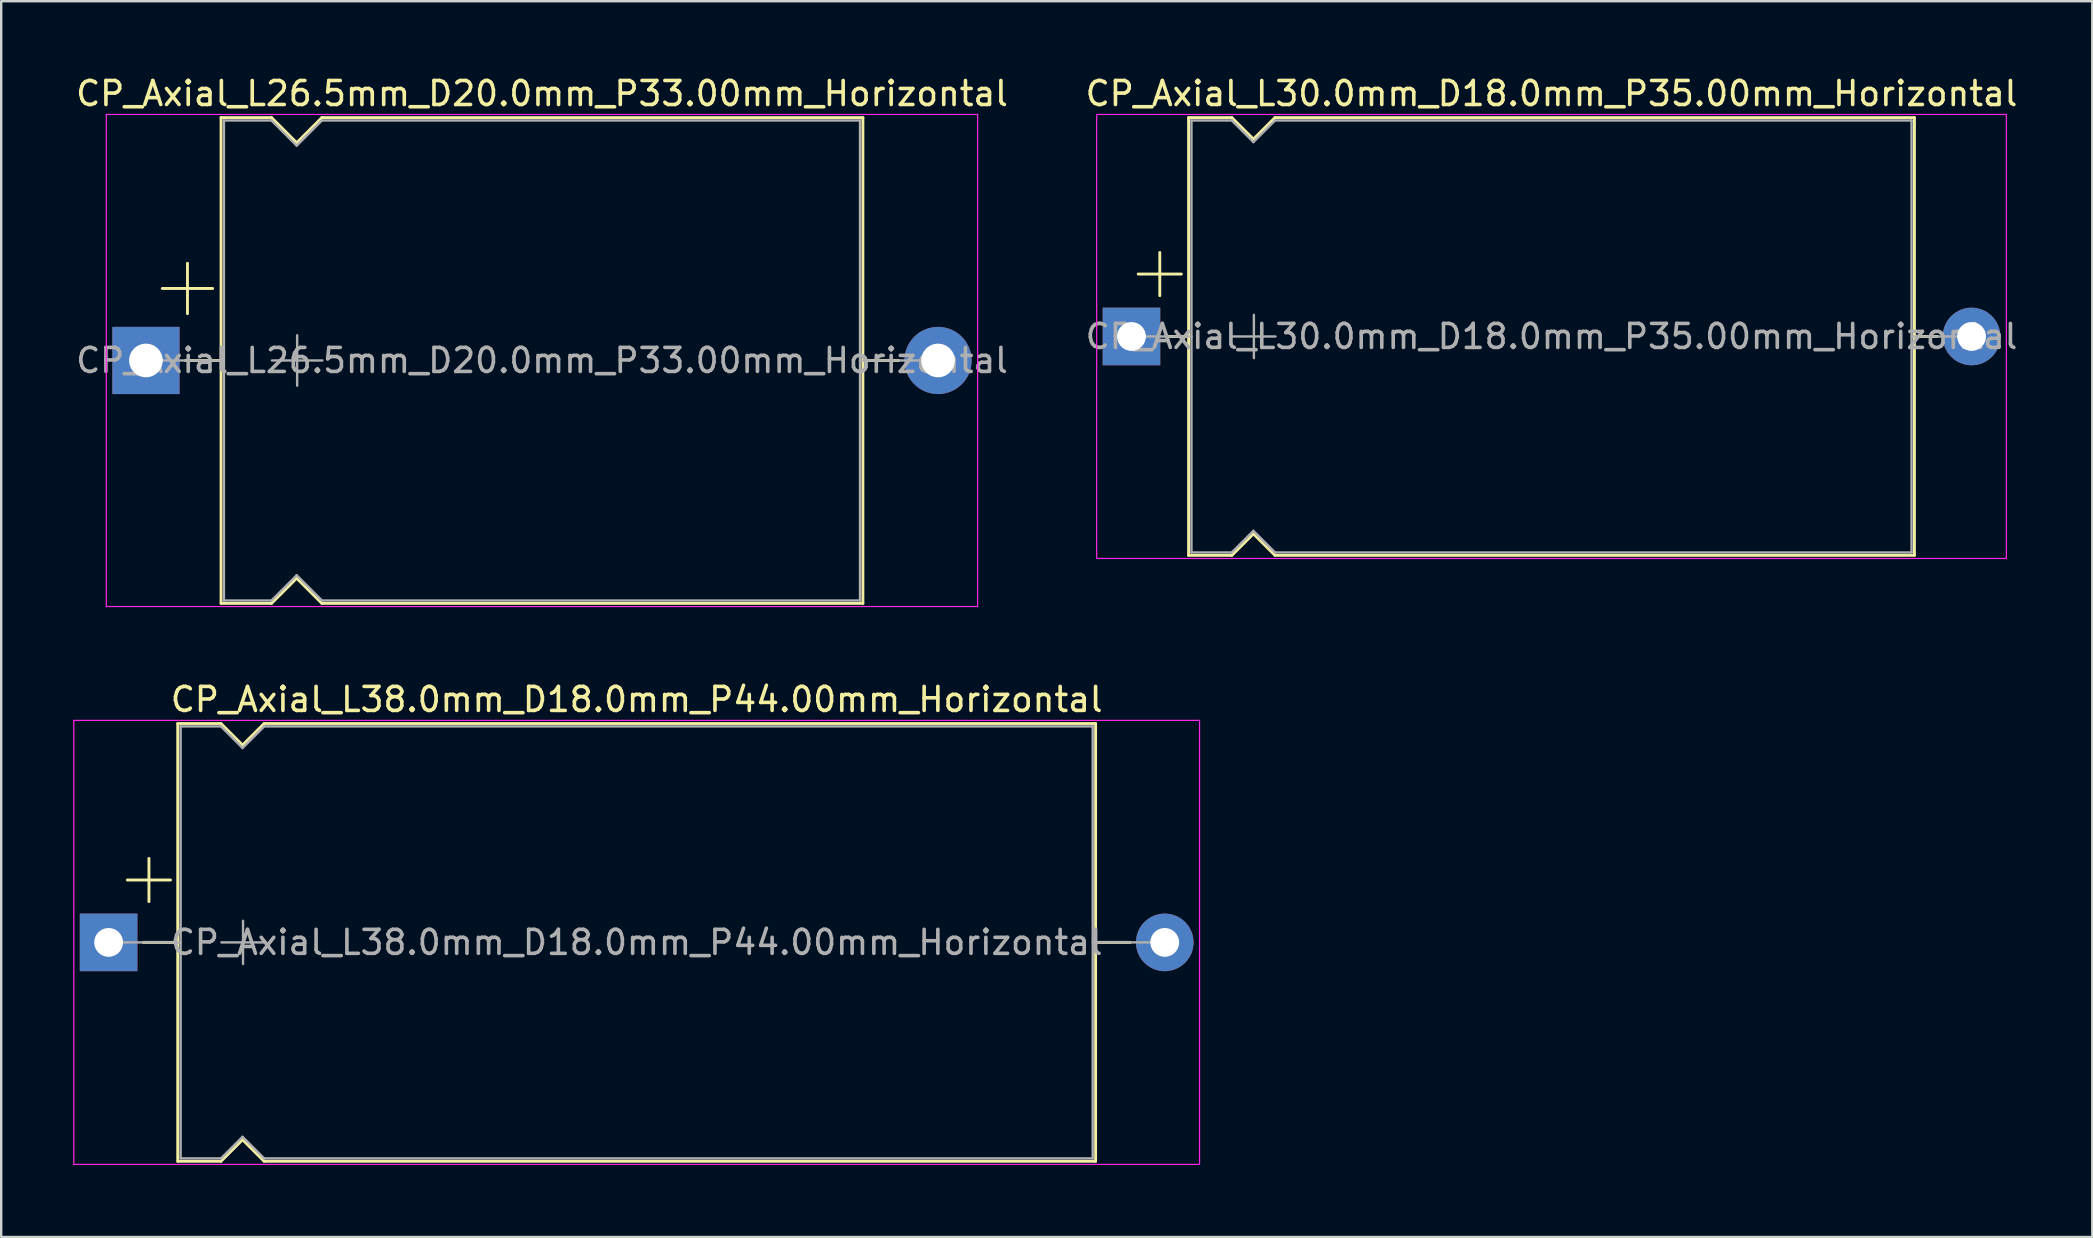
<source format=kicad_pcb>
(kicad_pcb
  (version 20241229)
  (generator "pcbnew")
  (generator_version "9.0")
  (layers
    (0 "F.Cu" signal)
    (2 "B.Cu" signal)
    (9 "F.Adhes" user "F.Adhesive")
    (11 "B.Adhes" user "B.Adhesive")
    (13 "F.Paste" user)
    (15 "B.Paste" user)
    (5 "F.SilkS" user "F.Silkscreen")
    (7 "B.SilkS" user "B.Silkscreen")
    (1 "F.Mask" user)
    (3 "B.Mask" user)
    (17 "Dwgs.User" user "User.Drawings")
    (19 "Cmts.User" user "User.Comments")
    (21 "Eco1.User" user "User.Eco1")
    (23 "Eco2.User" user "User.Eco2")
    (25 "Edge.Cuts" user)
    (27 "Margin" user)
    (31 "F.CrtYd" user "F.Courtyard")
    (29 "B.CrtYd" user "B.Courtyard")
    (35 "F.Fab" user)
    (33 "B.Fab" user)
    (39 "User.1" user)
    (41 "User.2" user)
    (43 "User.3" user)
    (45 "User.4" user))
  (footprint "CP_Axial_L30.0mm_D18.0mm_P35.00mm_Horizontal"
    (layer "F.Cu")
    (at 44.089 10.968)
    (property "Reference" "CP_Axial_L30.0mm_D18.0mm_P35.00mm_Horizontal" (at 17.5 -10.12 0) (layer "F.SilkS") (effects (font (size 1 1) (thickness 0.15))))
    (attr through_hole)
    (fp_line (start 0.28 -2.6) (end 2.08 -2.6) (stroke (width 0.12) (type solid)) (layer "F.SilkS"))
    (fp_line (start 1.18 -3.5) (end 1.18 -1.7) (stroke (width 0.12) (type solid)) (layer "F.SilkS"))
    (fp_line (start 1.44 0) (end 2.38 0) (stroke (width 0.12) (type solid)) (layer "F.SilkS"))
    (fp_line (start 2.38 -9.12) (end 2.38 9.12) (stroke (width 0.12) (type solid)) (layer "F.SilkS"))
    (fp_line (start 2.38 -9.12) (end 4.18 -9.12) (stroke (width 0.12) (type solid)) (layer "F.SilkS"))
    (fp_line (start 2.38 9.12) (end 4.18 9.12) (stroke (width 0.12) (type solid)) (layer "F.SilkS"))
    (fp_line (start 4.18 -9.12) (end 5.08 -8.22) (stroke (width 0.12) (type solid)) (layer "F.SilkS"))
    (fp_line (start 4.18 9.12) (end 5.08 8.22) (stroke (width 0.12) (type solid)) (layer "F.SilkS"))
    (fp_line (start 5.08 -8.22) (end 5.98 -9.12) (stroke (width 0.12) (type solid)) (layer "F.SilkS"))
    (fp_line (start 5.08 8.22) (end 5.98 9.12) (stroke (width 0.12) (type solid)) (layer "F.SilkS"))
    (fp_line (start 5.98 -9.12) (end 32.62 -9.12) (stroke (width 0.12) (type solid)) (layer "F.SilkS"))
    (fp_line (start 5.98 9.12) (end 32.62 9.12) (stroke (width 0.12) (type solid)) (layer "F.SilkS"))
    (fp_line (start 32.62 -9.12) (end 32.62 9.12) (stroke (width 0.12) (type solid)) (layer "F.SilkS"))
    (fp_line (start 33.56 0) (end 32.62 0) (stroke (width 0.12) (type solid)) (layer "F.SilkS"))
    (fp_line (start -1.45 -9.25) (end -1.45 9.25) (stroke (width 0.05) (type solid)) (layer "F.CrtYd"))
    (fp_line (start -1.45 9.25) (end 36.45 9.25) (stroke (width 0.05) (type solid)) (layer "F.CrtYd"))
    (fp_line (start 36.45 -9.25) (end -1.45 -9.25) (stroke (width 0.05) (type solid)) (layer "F.CrtYd"))
    (fp_line (start 36.45 9.25) (end 36.45 -9.25) (stroke (width 0.05) (type solid)) (layer "F.CrtYd"))
    (fp_line (start 0 0) (end 2.5 0) (stroke (width 0.1) (type solid)) (layer "F.Fab"))
    (fp_line (start 2.5 -9) (end 2.5 9) (stroke (width 0.1) (type solid)) (layer "F.Fab"))
    (fp_line (start 2.5 -9) (end 4.18 -9) (stroke (width 0.1) (type solid)) (layer "F.Fab"))
    (fp_line (start 2.5 9) (end 4.18 9) (stroke (width 0.1) (type solid)) (layer "F.Fab"))
    (fp_line (start 4.18 -9) (end 5.08 -8.1) (stroke (width 0.1) (type solid)) (layer "F.Fab"))
    (fp_line (start 4.18 9) (end 5.08 8.1) (stroke (width 0.1) (type solid)) (layer "F.Fab"))
    (fp_line (start 4.2 0) (end 6 0) (stroke (width 0.1) (type solid)) (layer "F.Fab"))
    (fp_line (start 5.08 -8.1) (end 5.98 -9) (stroke (width 0.1) (type solid)) (layer "F.Fab"))
    (fp_line (start 5.08 8.1) (end 5.98 9) (stroke (width 0.1) (type solid)) (layer "F.Fab"))
    (fp_line (start 5.1 -0.9) (end 5.1 0.9) (stroke (width 0.1) (type solid)) (layer "F.Fab"))
    (fp_line (start 5.98 -9) (end 32.5 -9) (stroke (width 0.1) (type solid)) (layer "F.Fab"))
    (fp_line (start 5.98 9) (end 32.5 9) (stroke (width 0.1) (type solid)) (layer "F.Fab"))
    (fp_line (start 32.5 -9) (end 32.5 9) (stroke (width 0.1) (type solid)) (layer "F.Fab"))
    (fp_line (start 35 0) (end 32.5 0) (stroke (width 0.1) (type solid)) (layer "F.Fab"))
    (fp_text user "${REFERENCE}" (at 17.5 0 0) (layer "F.Fab") (effects (font (size 1 1) (thickness 0.15))))
    (pad "1" thru_hole rect (at 0 0) (size 2.4 2.4) (drill 1.2) (layers "*.Cu" "*.Mask"))
    (pad "2" thru_hole oval (at 35 0) (size 2.4 2.4) (drill 1.2) (layers "*.Cu" "*.Mask")))
  (footprint "CP_Axial_L26.5mm_D20.0mm_P33.00mm_Horizontal"
    (layer "F.Cu")
    (at 3.03 11.968)
    (property "Reference" "CP_Axial_L26.5mm_D20.0mm_P33.00mm_Horizontal" (at 16.5 -11.12 0) (layer "F.SilkS") (effects (font (size 1 1) (thickness 0.15))))
    (attr through_hole)
    (fp_line (start 0.68 -3) (end 2.78 -3) (stroke (width 0.12) (type solid)) (layer "F.SilkS"))
    (fp_line (start 1.64 0) (end 3.13 0) (stroke (width 0.12) (type solid)) (layer "F.SilkS"))
    (fp_line (start 1.73 -4.05) (end 1.73 -1.95) (stroke (width 0.12) (type solid)) (layer "F.SilkS"))
    (fp_line (start 3.13 -10.12) (end 3.13 10.12) (stroke (width 0.12) (type solid)) (layer "F.SilkS"))
    (fp_line (start 3.13 -10.12) (end 5.23 -10.12) (stroke (width 0.12) (type solid)) (layer "F.SilkS"))
    (fp_line (start 3.13 10.12) (end 5.23 10.12) (stroke (width 0.12) (type solid)) (layer "F.SilkS"))
    (fp_line (start 5.23 -10.12) (end 6.28 -9.07) (stroke (width 0.12) (type solid)) (layer "F.SilkS"))
    (fp_line (start 5.23 10.12) (end 6.28 9.07) (stroke (width 0.12) (type solid)) (layer "F.SilkS"))
    (fp_line (start 6.28 -9.07) (end 7.33 -10.12) (stroke (width 0.12) (type solid)) (layer "F.SilkS"))
    (fp_line (start 6.28 9.07) (end 7.33 10.12) (stroke (width 0.12) (type solid)) (layer "F.SilkS"))
    (fp_line (start 7.33 -10.12) (end 29.87 -10.12) (stroke (width 0.12) (type solid)) (layer "F.SilkS"))
    (fp_line (start 7.33 10.12) (end 29.87 10.12) (stroke (width 0.12) (type solid)) (layer "F.SilkS"))
    (fp_line (start 29.87 -10.12) (end 29.87 10.12) (stroke (width 0.12) (type solid)) (layer "F.SilkS"))
    (fp_line (start 31.36 0) (end 29.87 0) (stroke (width 0.12) (type solid)) (layer "F.SilkS"))
    (fp_line (start -1.65 -10.25) (end -1.65 10.25) (stroke (width 0.05) (type solid)) (layer "F.CrtYd"))
    (fp_line (start -1.65 10.25) (end 34.65 10.25) (stroke (width 0.05) (type solid)) (layer "F.CrtYd"))
    (fp_line (start 34.65 -10.25) (end -1.65 -10.25) (stroke (width 0.05) (type solid)) (layer "F.CrtYd"))
    (fp_line (start 34.65 10.25) (end 34.65 -10.25) (stroke (width 0.05) (type solid)) (layer "F.CrtYd"))
    (fp_line (start 0 0) (end 3.25 0) (stroke (width 0.1) (type solid)) (layer "F.Fab"))
    (fp_line (start 3.25 -10) (end 3.25 10) (stroke (width 0.1) (type solid)) (layer "F.Fab"))
    (fp_line (start 3.25 -10) (end 5.23 -10) (stroke (width 0.1) (type solid)) (layer "F.Fab"))
    (fp_line (start 3.25 10) (end 5.23 10) (stroke (width 0.1) (type solid)) (layer "F.Fab"))
    (fp_line (start 5.23 -10) (end 6.28 -8.95) (stroke (width 0.1) (type solid)) (layer "F.Fab"))
    (fp_line (start 5.23 10) (end 6.28 8.95) (stroke (width 0.1) (type solid)) (layer "F.Fab"))
    (fp_line (start 5.25 0) (end 7.35 0) (stroke (width 0.1) (type solid)) (layer "F.Fab"))
    (fp_line (start 6.28 -8.95) (end 7.33 -10) (stroke (width 0.1) (type solid)) (layer "F.Fab"))
    (fp_line (start 6.28 8.95) (end 7.33 10) (stroke (width 0.1) (type solid)) (layer "F.Fab"))
    (fp_line (start 6.3 -1.05) (end 6.3 1.05) (stroke (width 0.1) (type solid)) (layer "F.Fab"))
    (fp_line (start 7.33 -10) (end 29.75 -10) (stroke (width 0.1) (type solid)) (layer "F.Fab"))
    (fp_line (start 7.33 10) (end 29.75 10) (stroke (width 0.1) (type solid)) (layer "F.Fab"))
    (fp_line (start 29.75 -10) (end 29.75 10) (stroke (width 0.1) (type solid)) (layer "F.Fab"))
    (fp_line (start 33 0) (end 29.75 0) (stroke (width 0.1) (type solid)) (layer "F.Fab"))
    (fp_text user "${REFERENCE}" (at 16.5 0 0) (layer "F.Fab") (effects (font (size 1 1) (thickness 0.15))))
    (pad "1" thru_hole rect (at 0 0) (size 2.8 2.8) (drill 1.4) (layers "*.Cu" "*.Mask"))
    (pad "2" thru_hole oval (at 33 0) (size 2.8 2.8) (drill 1.4) (layers "*.Cu" "*.Mask")))
  (footprint "CP_Axial_L38.0mm_D18.0mm_P44.00mm_Horizontal"
    (layer "F.Cu")
    (at 1.475 36.212)
    (property "Reference" "CP_Axial_L38.0mm_D18.0mm_P44.00mm_Horizontal" (at 22 -10.12 0) (layer "F.SilkS") (effects (font (size 1 1) (thickness 0.15))))
    (attr through_hole)
    (fp_line (start 0.78 -2.6) (end 2.58 -2.6) (stroke (width 0.12) (type solid)) (layer "F.SilkS"))
    (fp_line (start 1.44 0) (end 2.88 0) (stroke (width 0.12) (type solid)) (layer "F.SilkS"))
    (fp_line (start 1.68 -3.5) (end 1.68 -1.7) (stroke (width 0.12) (type solid)) (layer "F.SilkS"))
    (fp_line (start 2.88 -9.12) (end 2.88 9.12) (stroke (width 0.12) (type solid)) (layer "F.SilkS"))
    (fp_line (start 2.88 -9.12) (end 4.68 -9.12) (stroke (width 0.12) (type solid)) (layer "F.SilkS"))
    (fp_line (start 2.88 9.12) (end 4.68 9.12) (stroke (width 0.12) (type solid)) (layer "F.SilkS"))
    (fp_line (start 4.68 -9.12) (end 5.58 -8.22) (stroke (width 0.12) (type solid)) (layer "F.SilkS"))
    (fp_line (start 4.68 9.12) (end 5.58 8.22) (stroke (width 0.12) (type solid)) (layer "F.SilkS"))
    (fp_line (start 5.58 -8.22) (end 6.48 -9.12) (stroke (width 0.12) (type solid)) (layer "F.SilkS"))
    (fp_line (start 5.58 8.22) (end 6.48 9.12) (stroke (width 0.12) (type solid)) (layer "F.SilkS"))
    (fp_line (start 6.48 -9.12) (end 41.12 -9.12) (stroke (width 0.12) (type solid)) (layer "F.SilkS"))
    (fp_line (start 6.48 9.12) (end 41.12 9.12) (stroke (width 0.12) (type solid)) (layer "F.SilkS"))
    (fp_line (start 41.12 -9.12) (end 41.12 9.12) (stroke (width 0.12) (type solid)) (layer "F.SilkS"))
    (fp_line (start 42.56 0) (end 41.12 0) (stroke (width 0.12) (type solid)) (layer "F.SilkS"))
    (fp_line (start -1.45 -9.25) (end -1.45 9.25) (stroke (width 0.05) (type solid)) (layer "F.CrtYd"))
    (fp_line (start -1.45 9.25) (end 45.45 9.25) (stroke (width 0.05) (type solid)) (layer "F.CrtYd"))
    (fp_line (start 45.45 -9.25) (end -1.45 -9.25) (stroke (width 0.05) (type solid)) (layer "F.CrtYd"))
    (fp_line (start 45.45 9.25) (end 45.45 -9.25) (stroke (width 0.05) (type solid)) (layer "F.CrtYd"))
    (fp_line (start 0 0) (end 3 0) (stroke (width 0.1) (type solid)) (layer "F.Fab"))
    (fp_line (start 3 -9) (end 3 9) (stroke (width 0.1) (type solid)) (layer "F.Fab"))
    (fp_line (start 3 -9) (end 4.68 -9) (stroke (width 0.1) (type solid)) (layer "F.Fab"))
    (fp_line (start 3 9) (end 4.68 9) (stroke (width 0.1) (type solid)) (layer "F.Fab"))
    (fp_line (start 4.68 -9) (end 5.58 -8.1) (stroke (width 0.1) (type solid)) (layer "F.Fab"))
    (fp_line (start 4.68 9) (end 5.58 8.1) (stroke (width 0.1) (type solid)) (layer "F.Fab"))
    (fp_line (start 4.7 0) (end 6.5 0) (stroke (width 0.1) (type solid)) (layer "F.Fab"))
    (fp_line (start 5.58 -8.1) (end 6.48 -9) (stroke (width 0.1) (type solid)) (layer "F.Fab"))
    (fp_line (start 5.58 8.1) (end 6.48 9) (stroke (width 0.1) (type solid)) (layer "F.Fab"))
    (fp_line (start 5.6 -0.9) (end 5.6 0.9) (stroke (width 0.1) (type solid)) (layer "F.Fab"))
    (fp_line (start 6.48 -9) (end 41 -9) (stroke (width 0.1) (type solid)) (layer "F.Fab"))
    (fp_line (start 6.48 9) (end 41 9) (stroke (width 0.1) (type solid)) (layer "F.Fab"))
    (fp_line (start 41 -9) (end 41 9) (stroke (width 0.1) (type solid)) (layer "F.Fab"))
    (fp_line (start 44 0) (end 41 0) (stroke (width 0.1) (type solid)) (layer "F.Fab"))
    (fp_text user "${REFERENCE}" (at 22 0 0) (layer "F.Fab") (effects (font (size 1 1) (thickness 0.15))))
    (pad "1" thru_hole rect (at 0 0) (size 2.4 2.4) (drill 1.2) (layers "*.Cu" "*.Mask"))
    (pad "2" thru_hole oval (at 44 0) (size 2.4 2.4) (drill 1.2) (layers "*.Cu" "*.Mask")))
  (gr_rect
    (start -3 -3)
    (end 84.119 48.486)
    (stroke (width 0.1) (type default))
    (fill no)
    (layer "Edge.Cuts")))
</source>
